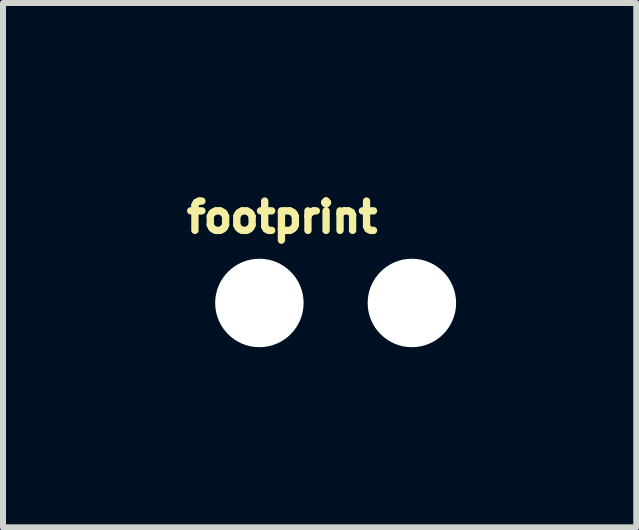
<source format=kicad_pcb>
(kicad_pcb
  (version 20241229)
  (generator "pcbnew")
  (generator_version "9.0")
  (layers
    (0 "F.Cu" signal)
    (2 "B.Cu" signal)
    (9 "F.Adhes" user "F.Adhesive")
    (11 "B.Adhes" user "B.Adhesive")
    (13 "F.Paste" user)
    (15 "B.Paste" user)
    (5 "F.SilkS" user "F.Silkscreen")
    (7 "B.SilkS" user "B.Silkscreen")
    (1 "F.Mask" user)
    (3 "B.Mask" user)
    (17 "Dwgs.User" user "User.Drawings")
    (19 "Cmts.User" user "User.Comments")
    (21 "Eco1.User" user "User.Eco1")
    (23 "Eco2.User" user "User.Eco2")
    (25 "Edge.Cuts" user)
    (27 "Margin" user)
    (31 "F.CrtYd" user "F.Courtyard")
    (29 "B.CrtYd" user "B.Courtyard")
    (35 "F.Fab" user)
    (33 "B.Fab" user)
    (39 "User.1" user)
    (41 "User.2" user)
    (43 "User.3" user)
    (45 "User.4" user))
  (footprint "footprint"
    (layer "F.Cu")
    (at 1.27 1.996)
    (property "Reference" "footprint" (at -1.27 -1.143 0) (layer "F.SilkS") (effects (font (size 0.488 0.488) (thickness 0.122)) (justify left bottom)))
    (fp_circle (center 0 0) (end 0.635 0) (stroke (width 0.127) (type solid)) (fill no) (layer "F.Fab"))
    (fp_circle (center 2.54 0) (end 3.175 0) (stroke (width 0.127) (type solid)) (fill no) (layer "F.Fab"))
    (pad "" np_thru_hole circle (at 0 0) (size 1.473 1.473) (drill 1.473) (layers "*.Cu" "*.Mask"))
    (pad "" np_thru_hole circle (at 2.54 0) (size 1.473 1.473) (drill 1.473) (layers "*.Cu" "*.Mask"))
    (pad "1" thru_hole circle (at 0 0 90) (size 0.813 0.813) (drill 0.889) (layers "*.Cu" "*.Mask"))
    (pad "2" thru_hole circle (at 2.54 0 90) (size 0.813 0.813) (drill 0.889) (layers "*.Cu" "*.Mask")))
  (gr_rect
    (start -3 -3)
    (end 7.547 5.733)
    (stroke (width 0.1) (type default))
    (fill no)
    (layer "Edge.Cuts")))
</source>
